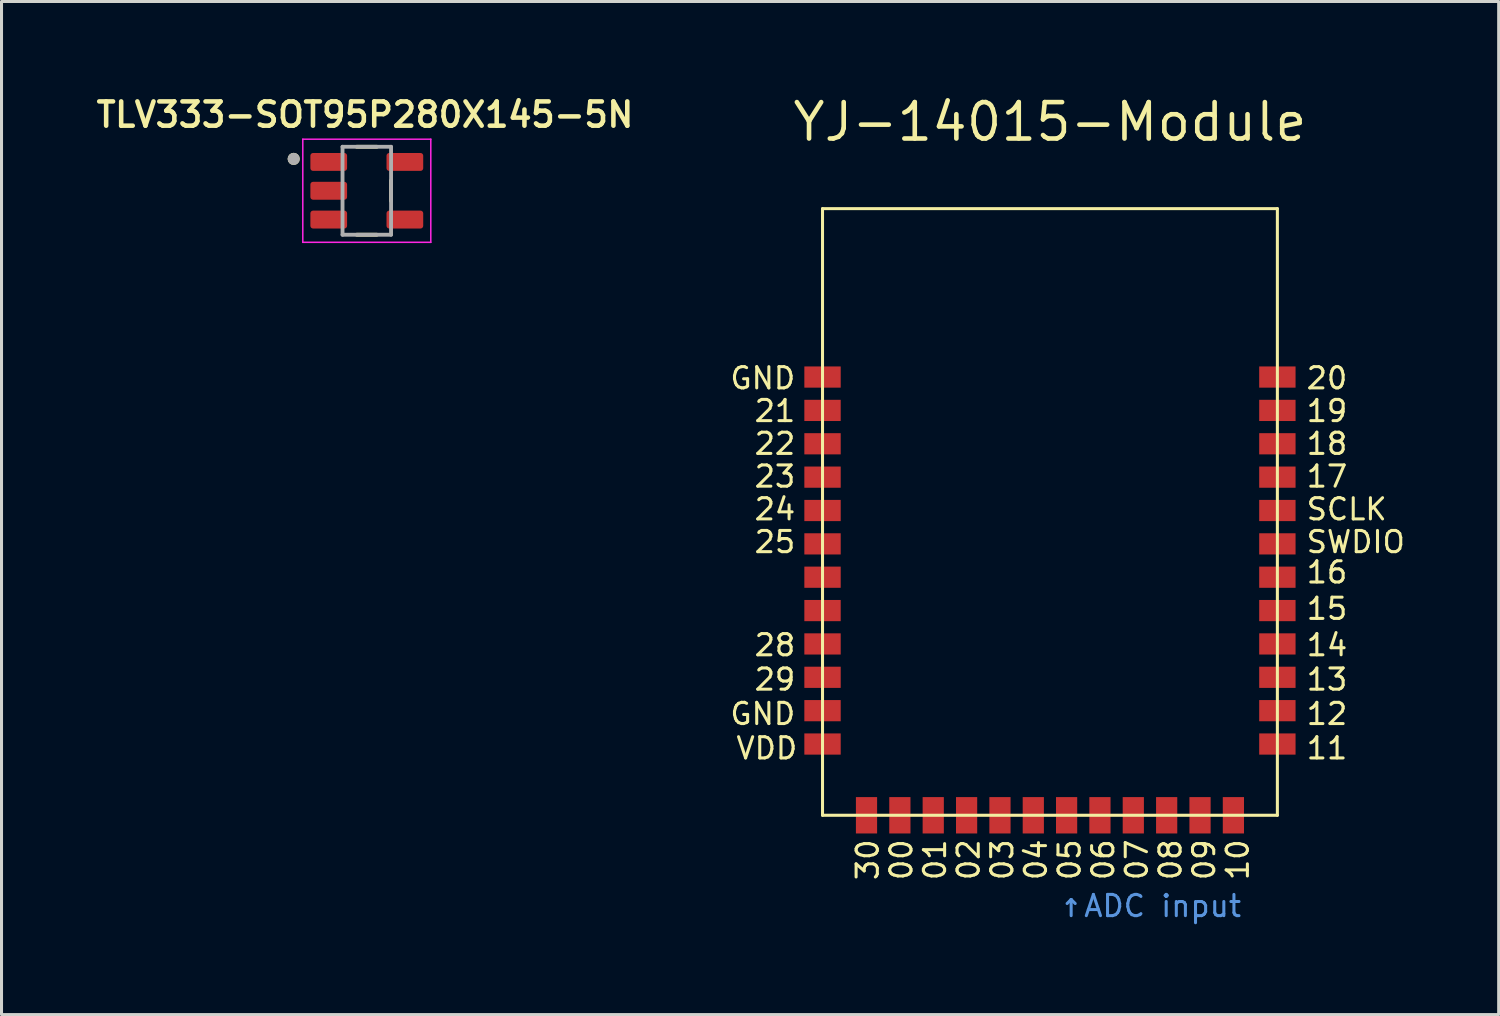
<source format=kicad_pcb>
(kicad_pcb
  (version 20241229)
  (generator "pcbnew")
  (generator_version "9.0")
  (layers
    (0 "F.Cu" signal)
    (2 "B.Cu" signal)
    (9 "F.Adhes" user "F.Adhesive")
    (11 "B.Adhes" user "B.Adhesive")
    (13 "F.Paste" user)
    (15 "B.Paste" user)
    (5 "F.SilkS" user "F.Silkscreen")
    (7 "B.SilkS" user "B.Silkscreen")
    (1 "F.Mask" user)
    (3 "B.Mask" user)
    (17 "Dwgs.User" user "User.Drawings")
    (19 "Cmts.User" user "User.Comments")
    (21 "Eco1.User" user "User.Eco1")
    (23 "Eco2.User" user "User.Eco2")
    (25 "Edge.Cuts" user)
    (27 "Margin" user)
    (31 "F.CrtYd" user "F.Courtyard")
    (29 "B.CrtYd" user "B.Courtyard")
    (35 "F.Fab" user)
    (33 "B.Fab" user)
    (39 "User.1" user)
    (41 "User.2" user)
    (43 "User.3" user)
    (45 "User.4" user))
  (footprint "YJ-14015-Module"
    (layer "F.Cu")
    (at 31.566 23.829)
    (property "Reference" "YJ-14015-Module" (at 0 -22.86 0) (layer "F.SilkS") (effects (font (size 1.2 1.2) (thickness 0.152))))
    (attr smd)
    (fp_line (start -7.498 -20) (end -7.498 0) (stroke (width 0.1) (type solid)) (layer "F.SilkS"))
    (fp_line (start -7.498 0) (end 7.498 0) (stroke (width 0.1) (type solid)) (layer "F.SilkS"))
    (fp_line (start 7.498 -20) (end -7.498 -20) (stroke (width 0.1) (type solid)) (layer "F.SilkS"))
    (fp_line (start 7.498 0) (end 7.498 -20) (stroke (width 0.1) (type solid)) (layer "F.SilkS"))
    (fp_text user "17" (at 8.4 -10.76 0) (unlocked yes) (layer "F.SilkS") (effects (font (size 0.7 0.7) (thickness 0.1)) (justify left bottom)))
    (fp_text user "00" (at -4.491 2.2 90) (unlocked yes) (layer "F.SilkS") (effects (font (size 0.7 0.7) (thickness 0.1)) (justify left bottom)))
    (fp_text user "19" (at 8.4 -12.92 0) (unlocked yes) (layer "F.SilkS") (effects (font (size 0.7 0.7) (thickness 0.1)) (justify left bottom)))
    (fp_text user "07" (at 3.273 2.2 90) (unlocked yes) (layer "F.SilkS") (effects (font (size 0.7 0.7) (thickness 0.1)) (justify left bottom)))
    (fp_text user "23" (at -9.8 -10.76 0) (unlocked yes) (layer "F.SilkS") (effects (font (size 0.7 0.7) (thickness 0.1)) (justify left bottom)))
    (fp_text user "28" (at -9.8 -5.2 0) (unlocked yes) (layer "F.SilkS") (effects (font (size 0.7 0.7) (thickness 0.1)) (justify left bottom)))
    (fp_text user "10" (at 6.6 2.2 90) (unlocked yes) (layer "F.SilkS") (effects (font (size 0.7 0.7) (thickness 0.1)) (justify left bottom)))
    (fp_text user "11" (at 8.4 -1.8 0) (unlocked yes) (layer "F.SilkS") (effects (font (size 0.7 0.7) (thickness 0.1)) (justify left bottom)))
    (fp_text user "18" (at 8.4 -11.84 0) (unlocked yes) (layer "F.SilkS") (effects (font (size 0.7 0.7) (thickness 0.1)) (justify left bottom)))
    (fp_text user "04" (at -0.055 2.2 90) (unlocked yes) (layer "F.SilkS") (effects (font (size 0.7 0.7) (thickness 0.1)) (justify left bottom)))
    (fp_text user "SCLK" (at 8.4 -9.68 0) (unlocked yes) (layer "F.SilkS") (effects (font (size 0.7 0.7) (thickness 0.1)) (justify left bottom)))
    (fp_text user "25" (at -9.8 -8.6 0) (unlocked yes) (layer "F.SilkS") (effects (font (size 0.7 0.7) (thickness 0.1)) (justify left bottom)))
    (fp_text user "09" (at 5.491 2.2 90) (unlocked yes) (layer "F.SilkS") (effects (font (size 0.7 0.7) (thickness 0.1)) (justify left bottom)))
    (fp_text user "15" (at 8.4 -6.4 0) (unlocked yes) (layer "F.SilkS") (effects (font (size 0.7 0.7) (thickness 0.1)) (justify left bottom)))
    (fp_text user "08" (at 4.382 2.2 90) (unlocked yes) (layer "F.SilkS") (effects (font (size 0.7 0.7) (thickness 0.1)) (justify left bottom)))
    (fp_text user "12" (at 8.4 -2.933 0) (unlocked yes) (layer "F.SilkS") (effects (font (size 0.7 0.7) (thickness 0.1)) (justify left bottom)))
    (fp_text user "16" (at 8.4 -7.6 0) (unlocked yes) (layer "F.SilkS") (effects (font (size 0.7 0.7) (thickness 0.1)) (justify left bottom)))
    (fp_text user "01" (at -3.382 2.2 90) (unlocked yes) (layer "F.SilkS") (effects (font (size 0.7 0.7) (thickness 0.1)) (justify left bottom)))
    (fp_text user "05" (at 1.055 2.2 90) (unlocked yes) (layer "F.SilkS") (effects (font (size 0.7 0.7) (thickness 0.1)) (justify left bottom)))
    (fp_text user "24" (at -9.8 -9.68 0) (unlocked yes) (layer "F.SilkS") (effects (font (size 0.7 0.7) (thickness 0.1)) (justify left bottom)))
    (fp_text user "06" (at 2.164 2.2 90) (unlocked yes) (layer "F.SilkS") (effects (font (size 0.7 0.7) (thickness 0.1)) (justify left bottom)))
    (fp_text user "SWDIO" (at 8.4 -8.6 0) (unlocked yes) (layer "F.SilkS") (effects (font (size 0.7 0.7) (thickness 0.1)) (justify left bottom)))
    (fp_text user "22" (at -9.8 -11.84 0) (unlocked yes) (layer "F.SilkS") (effects (font (size 0.7 0.7) (thickness 0.1)) (justify left bottom)))
    (fp_text user "GND" (at -10.6 -2.933 0) (unlocked yes) (layer "F.SilkS") (effects (font (size 0.7 0.7) (thickness 0.1)) (justify left bottom)))
    (fp_text user "29" (at -9.8 -4.067 0) (unlocked yes) (layer "F.SilkS") (effects (font (size 0.7 0.7) (thickness 0.1)) (justify left bottom)))
    (fp_text user "14" (at 8.4 -5.2 0) (unlocked yes) (layer "F.SilkS") (effects (font (size 0.7 0.7) (thickness 0.1)) (justify left bottom)))
    (fp_text user "VDD" (at -10.4 -1.8 0) (unlocked yes) (layer "F.SilkS") (effects (font (size 0.7 0.7) (thickness 0.1)) (justify left bottom)))
    (fp_text user "GND" (at -10.6 -14 0) (unlocked yes) (layer "F.SilkS") (effects (font (size 0.7 0.7) (thickness 0.1)) (justify left bottom)))
    (fp_text user "02" (at -2.273 2.2 90) (unlocked yes) (layer "F.SilkS") (effects (font (size 0.7 0.7) (thickness 0.1)) (justify left bottom)))
    (fp_text user "21" (at -9.8 -12.92 0) (unlocked yes) (layer "F.SilkS") (effects (font (size 0.7 0.7) (thickness 0.1)) (justify left bottom)))
    (fp_text user "13" (at 8.4 -4.067 0) (unlocked yes) (layer "F.SilkS") (effects (font (size 0.7 0.7) (thickness 0.1)) (justify left bottom)))
    (fp_text user "20" (at 8.4 -14 0) (unlocked yes) (layer "F.SilkS") (effects (font (size 0.7 0.7) (thickness 0.1)) (justify left bottom)))
    (fp_text user "30" (at -5.6 2.2 90) (unlocked yes) (layer "F.SilkS") (effects (font (size 0.7 0.7) (thickness 0.1)) (justify left bottom)))
    (fp_text user "03" (at -1.164 2.2 90) (unlocked yes) (layer "F.SilkS") (effects (font (size 0.7 0.7) (thickness 0.1)) (justify left bottom)))
    (fp_text user "↑ADC input" (at 0.2 3.4 0) (unlocked yes) (layer "Cmts.User") (effects (font (size 0.7 0.7) (thickness 0.1)) (justify left bottom)))
    (pad "1" smd rect (at -7.498 -14.448 90) (size 0.699 1.199) (layers "F.Cu" "F.Mask" "F.Paste"))
    (pad "2" smd rect (at -7.498 -13.348 90) (size 0.699 1.199) (layers "F.Cu" "F.Mask" "F.Paste"))
    (pad "3" smd rect (at -7.498 -12.248 90) (size 0.699 1.199) (layers "F.Cu" "F.Mask" "F.Paste"))
    (pad "4" smd rect (at -7.498 -11.148 90) (size 0.699 1.199) (layers "F.Cu" "F.Mask" "F.Paste"))
    (pad "5" smd rect (at -7.498 -10.048 90) (size 0.699 1.199) (layers "F.Cu" "F.Mask" "F.Paste"))
    (pad "6" smd rect (at -7.498 -8.948 90) (size 0.699 1.199) (layers "F.Cu" "F.Mask" "F.Paste"))
    (pad "7" smd rect (at -7.498 -7.849 90) (size 0.699 1.199) (layers "F.Cu" "F.Mask" "F.Paste"))
    (pad "8" smd rect (at -7.498 -6.749 90) (size 0.699 1.199) (layers "F.Cu" "F.Mask" "F.Paste"))
    (pad "9" smd rect (at -7.498 -5.649 90) (size 0.699 1.199) (layers "F.Cu" "F.Mask" "F.Paste"))
    (pad "10" smd rect (at -7.498 -4.549 90) (size 0.699 1.199) (layers "F.Cu" "F.Mask" "F.Paste"))
    (pad "11" smd rect (at -7.498 -3.449 90) (size 0.699 1.199) (layers "F.Cu" "F.Mask" "F.Paste"))
    (pad "12" smd rect (at -7.498 -2.349 90) (size 0.699 1.199) (layers "F.Cu" "F.Mask" "F.Paste"))
    (pad "13" smd rect (at -6.048 0 90) (size 1.199 0.699) (layers "F.Cu" "F.Mask" "F.Paste"))
    (pad "14" smd rect (at -4.948 0 90) (size 1.199 0.699) (layers "F.Cu" "F.Mask" "F.Paste"))
    (pad "15" smd rect (at -3.848 0 90) (size 1.199 0.699) (layers "F.Cu" "F.Mask" "F.Paste"))
    (pad "16" smd rect (at -2.748 0 90) (size 1.199 0.699) (layers "F.Cu" "F.Mask" "F.Paste"))
    (pad "17" smd rect (at -1.648 0 90) (size 1.199 0.699) (layers "F.Cu" "F.Mask" "F.Paste"))
    (pad "18" smd rect (at -0.549 0 90) (size 1.199 0.699) (layers "F.Cu" "F.Mask" "F.Paste"))
    (pad "19" smd rect (at 0.549 0 90) (size 1.199 0.699) (layers "F.Cu" "F.Mask" "F.Paste"))
    (pad "20" smd rect (at 1.648 0 90) (size 1.199 0.699) (layers "F.Cu" "F.Mask" "F.Paste"))
    (pad "21" smd rect (at 2.748 0 90) (size 1.199 0.699) (layers "F.Cu" "F.Mask" "F.Paste"))
    (pad "22" smd rect (at 3.848 0 90) (size 1.199 0.699) (layers "F.Cu" "F.Mask" "F.Paste"))
    (pad "23" smd rect (at 4.948 0 90) (size 1.199 0.699) (layers "F.Cu" "F.Mask" "F.Paste"))
    (pad "24" smd rect (at 6.048 0 90) (size 1.199 0.699) (layers "F.Cu" "F.Mask" "F.Paste"))
    (pad "25" smd rect (at 7.498 -2.349 90) (size 0.699 1.199) (layers "F.Cu" "F.Mask" "F.Paste"))
    (pad "26" smd rect (at 7.498 -3.449 90) (size 0.699 1.199) (layers "F.Cu" "F.Mask" "F.Paste"))
    (pad "27" smd rect (at 7.498 -4.549 90) (size 0.699 1.199) (layers "F.Cu" "F.Mask" "F.Paste"))
    (pad "28" smd rect (at 7.498 -5.649 90) (size 0.699 1.199) (layers "F.Cu" "F.Mask" "F.Paste"))
    (pad "29" smd rect (at 7.498 -6.749 90) (size 0.699 1.199) (layers "F.Cu" "F.Mask" "F.Paste"))
    (pad "30" smd rect (at 7.498 -7.849 90) (size 0.699 1.199) (layers "F.Cu" "F.Mask" "F.Paste"))
    (pad "31" smd rect (at 7.498 -8.948 90) (size 0.699 1.199) (layers "F.Cu" "F.Mask" "F.Paste"))
    (pad "32" smd rect (at 7.498 -10.048 90) (size 0.699 1.199) (layers "F.Cu" "F.Mask" "F.Paste"))
    (pad "33" smd rect (at 7.498 -11.148 90) (size 0.699 1.199) (layers "F.Cu" "F.Mask" "F.Paste"))
    (pad "34" smd rect (at 7.498 -12.248 90) (size 0.699 1.199) (layers "F.Cu" "F.Mask" "F.Paste"))
    (pad "35" smd rect (at 7.498 -13.348 90) (size 0.699 1.199) (layers "F.Cu" "F.Mask" "F.Paste"))
    (pad "36" smd rect (at 7.498 -14.448 90) (size 0.699 1.199) (layers "F.Cu" "F.Mask" "F.Paste")))
  (footprint "TLV333-SOT95P280X145-5N"
    (layer "F.Cu")
    (at 9.043 3.239)
    (property "Reference" "TLV333-SOT95P280X145-5N" (at -0.06 -2.508 0) (layer "F.SilkS") (effects (font (size 0.8 0.8) (thickness 0.15))))
    (attr smd)
    (fp_line (start -0.33 -1.45) (end 0.33 -1.45) (stroke (width 0.127) (type solid)) (layer "F.SilkS"))
    (fp_line (start 0.33 1.45) (end -0.33 1.45) (stroke (width 0.127) (type solid)) (layer "F.SilkS"))
    (fp_line (start 0.8 -0.335) (end 0.8 0.335) (stroke (width 0.127) (type solid)) (layer "F.SilkS"))
    (fp_circle (center -2.41 -1.05) (end -2.31 -1.05) (stroke (width 0.2) (type solid)) (fill no) (layer "F.SilkS"))
    (fp_line (start -2.11 -1.7) (end 2.11 -1.7) (stroke (width 0.05) (type solid)) (layer "F.CrtYd"))
    (fp_line (start -2.11 1.7) (end -2.11 -1.7) (stroke (width 0.05) (type solid)) (layer "F.CrtYd"))
    (fp_line (start 2.11 -1.7) (end 2.11 1.7) (stroke (width 0.05) (type solid)) (layer "F.CrtYd"))
    (fp_line (start 2.11 1.7) (end -2.11 1.7) (stroke (width 0.05) (type solid)) (layer "F.CrtYd"))
    (fp_line (start -0.8 -1.45) (end 0.8 -1.45) (stroke (width 0.127) (type solid)) (layer "F.Fab"))
    (fp_line (start -0.8 1.45) (end -0.8 -1.45) (stroke (width 0.127) (type solid)) (layer "F.Fab"))
    (fp_line (start 0.8 -1.45) (end 0.8 1.45) (stroke (width 0.127) (type solid)) (layer "F.Fab"))
    (fp_line (start 0.8 1.45) (end -0.8 1.45) (stroke (width 0.127) (type solid)) (layer "F.Fab"))
    (fp_circle (center -2.41 -1.05) (end -2.31 -1.05) (stroke (width 0.2) (type solid)) (fill no) (layer "F.Fab"))
    (pad "1" smd roundrect (at -1.255 -0.95) (size 1.21 0.59) (layers "F.Cu" "F.Mask" "F.Paste") (roundrect_rratio 0.15))
    (pad "2" smd roundrect (at -1.255 0) (size 1.21 0.59) (layers "F.Cu" "F.Mask" "F.Paste") (roundrect_rratio 0.15))
    (pad "3" smd roundrect (at -1.255 0.95) (size 1.21 0.59) (layers "F.Cu" "F.Mask" "F.Paste") (roundrect_rratio 0.15))
    (pad "4" smd roundrect (at 1.255 0.95) (size 1.21 0.59) (layers "F.Cu" "F.Mask" "F.Paste") (roundrect_rratio 0.15))
    (pad "5" smd roundrect (at 1.255 -0.95) (size 1.21 0.59) (layers "F.Cu" "F.Mask" "F.Paste") (roundrect_rratio 0.15)))
  (gr_rect
    (start -3 -3)
    (end 46.36 30.399)
    (stroke (width 0.1) (type default))
    (fill no)
    (layer "Edge.Cuts")))
</source>
